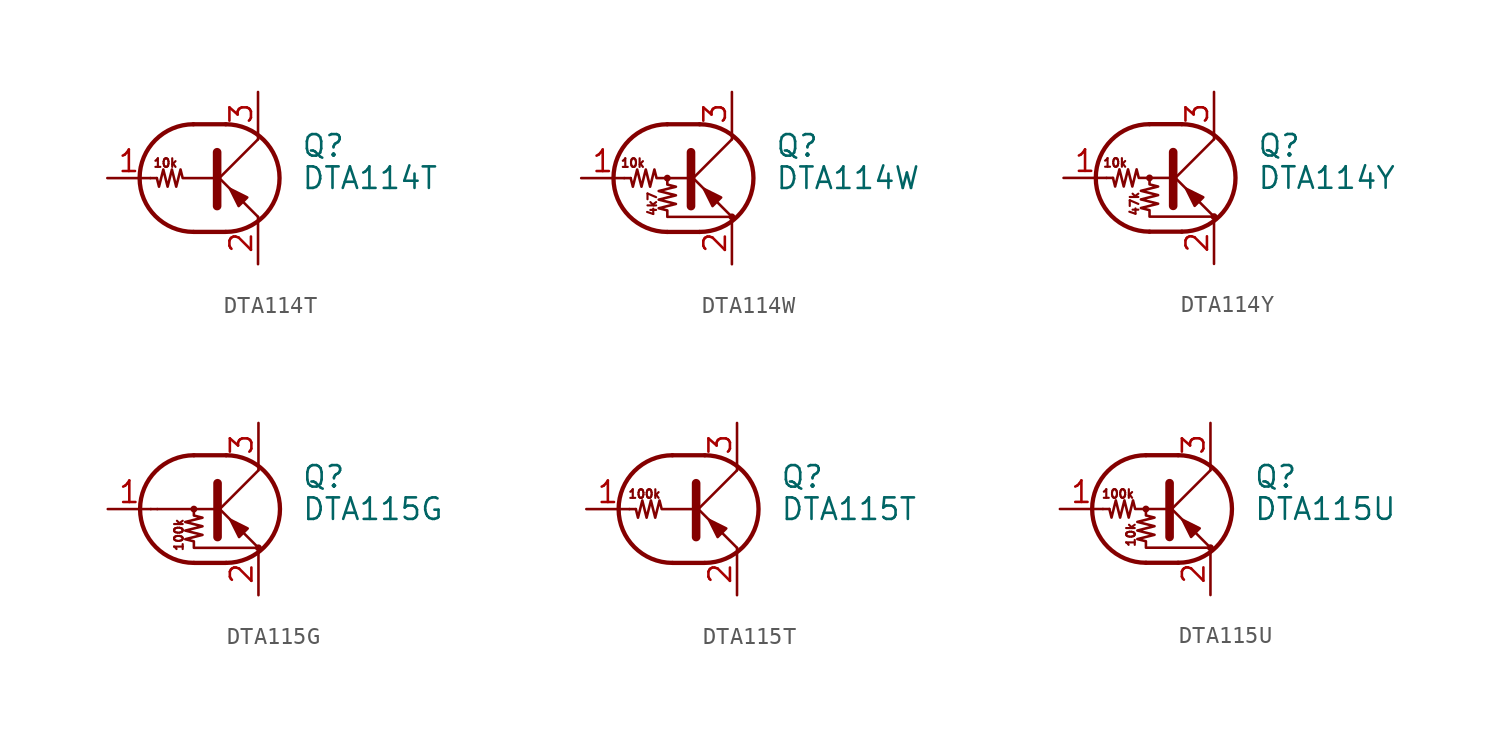
<source format=kicad_sym>
(kicad_symbol_lib
  (version 20201005)
  (generator kicad_symbol_editor)
  (symbol "DTA114T"
    (pin_names
      (offset 0) hide)
    (property "Reference" "Q"
      (at 5.08 1.905 0)
      (effects (font (size 1.27 1.27)) (justify left)))
    (property "Value" "DTA114T"
      (at 5.08 0 0)
      (effects (font (size 1.27 1.27)) (justify left)))
    (symbol "DTA114T_0_0"
      (text "10k" (at -2.921 0.889 0) (effects (font (size 0.508 0.508))))
      (polyline (pts (xy 2.54 -2.286) (xy 2.54 -2.54)) (stroke (width 0)) (fill (type none))))
    (symbol "DTA114T_0_1"
      (arc (start -1.27 3.175) (end -1.27 -3.175) (radius (at -1.27 0) (length 3.175) (angles 90.1 -90.1)) (stroke (width 0.254)) (fill (type none)))
      (arc (start 0.635 -3.175) (end 0.635 3.175) (radius (at 0.635 0) (length 3.175) (angles -89.9 89.9)) (stroke (width 0.254)) (fill (type none)))
      (polyline (pts (xy -3.429 0) (xy -3.81 0)) (stroke (width 0)) (fill (type none)))
      (polyline (pts (xy -1.27 -3.175) (xy 0.635 -3.175)) (stroke (width 0.254)) (fill (type none)))
      (polyline (pts (xy -1.27 3.175) (xy 0.635 3.175)) (stroke (width 0.254)) (fill (type none)))
      (polyline (pts (xy 0 -0.254) (xy 2.54 2.286)) (stroke (width 0)) (fill (type none)))
      (polyline (pts (xy 2.54 2.286) (xy 2.54 2.54)) (stroke (width 0)) (fill (type none)))
      (polyline (pts (xy 2.54 -2.286) (xy 0 0.254) (xy 0 0.254)) (stroke (width 0)) (fill (type none)))
      (polyline (pts (xy 0 0) (xy -1.905 0) (xy -2.032 0.508) (xy -2.286 -0.508) (xy -2.54 0.508) (xy -2.794 -0.508) (xy -3.048 0.508) (xy -3.302 -0.508) (xy -3.429 0)) (stroke (width 0)) (fill (type none)))
      (polyline (pts (xy 0.127 1.524) (xy 0.127 -1.651)) (stroke (width 0.508)) (fill (type outline)))
      (polyline (pts (xy 1.397 -1.651) (xy 1.905 -1.143) (xy 0.889 -0.635) (xy 1.397 -1.651)) (stroke (width 0)) (fill (type outline))))
    (symbol "DTA114T_1_1"
      (pin input line (at -6.35 0 0) (length 2.54) (name "B" (effects (font (size 1.27 1.27)))) (number "1" (effects (font (size 1.27 1.27)))))
      (pin passive line (at 2.54 -5.08 90) (length 2.54) (name "E" (effects (font (size 1.27 1.27)))) (number "2" (effects (font (size 1.27 1.27)))))
      (pin passive line (at 2.54 5.08 270) (length 2.54) (name "C" (effects (font (size 1.27 1.27)))) (number "3" (effects (font (size 1.27 1.27)))))))
  (symbol "DTA114W"
    (pin_names
      (offset 0) hide)
    (property "Reference" "Q"
      (at 5.08 1.905 0)
      (effects (font (size 1.27 1.27)) (justify left)))
    (property "Value" "DTA114W"
      (at 5.08 0 0)
      (effects (font (size 1.27 1.27)) (justify left)))
    (symbol "DTA114W_0_0"
      (text "10k" (at -3.302 0.889 0) (effects (font (size 0.508 0.508))))
      (text "4k7" (at -2.159 -1.524 900) (effects (font (size 0.508 0.508)))))
    (symbol "DTA114W_0_1"
      (arc (start -1.27 3.175) (end -1.27 -3.175) (radius (at -1.27 0) (length 3.175) (angles 90.1 -90.1)) (stroke (width 0.254)) (fill (type none)))
      (arc (start 0.635 -3.175) (end 0.635 3.175) (radius (at 0.635 0) (length 3.175) (angles -89.9 89.9)) (stroke (width 0.254)) (fill (type none)))
      (circle (center -1.27 0) (radius 0.127) (stroke (width 0)) (fill (type none)))
      (circle (center 2.54 -2.286) (radius 0.127) (stroke (width 0)) (fill (type none)))
      (polyline (pts (xy -3.429 0) (xy -3.81 0)) (stroke (width 0)) (fill (type none)))
      (polyline (pts (xy -1.27 -3.175) (xy 0.635 -3.175)) (stroke (width 0.254)) (fill (type none)))
      (polyline (pts (xy -1.27 3.175) (xy 0.635 3.175)) (stroke (width 0.254)) (fill (type none)))
      (polyline (pts (xy 0 -0.254) (xy 2.54 2.286)) (stroke (width 0)) (fill (type none)))
      (polyline (pts (xy 2.54 2.286) (xy 2.54 2.54)) (stroke (width 0)) (fill (type none)))
      (polyline (pts (xy 2.54 -2.286) (xy 0 0.254) (xy 0 0.254)) (stroke (width 0)) (fill (type none)))
      (polyline (pts (xy 0 0) (xy -1.905 0) (xy -2.032 0.508) (xy -2.286 -0.508) (xy -2.54 0.508) (xy -2.794 -0.508) (xy -3.048 0.508) (xy -3.302 -0.508) (xy -3.429 0)) (stroke (width 0)) (fill (type none)))
      (polyline (pts (xy -1.27 0) (xy -1.27 -0.381) (xy -0.762 -0.508) (xy -1.778 -0.762) (xy -0.762 -1.016) (xy -1.778 -1.27) (xy -0.762 -1.524) (xy -1.778 -1.778) (xy -1.27 -1.905) (xy -1.27 -2.286) (xy 2.54 -2.286)) (stroke (width 0)) (fill (type none)))
      (polyline (pts (xy 0.127 1.524) (xy 0.127 -1.651)) (stroke (width 0.508)) (fill (type outline)))
      (polyline (pts (xy 1.397 -1.651) (xy 1.905 -1.143) (xy 0.889 -0.635) (xy 1.397 -1.651)) (stroke (width 0)) (fill (type outline))))
    (symbol "DTA114W_1_1"
      (pin input line (at -6.35 0 0) (length 2.54) (name "B" (effects (font (size 1.27 1.27)))) (number "1" (effects (font (size 1.27 1.27)))))
      (pin passive line (at 2.54 -5.08 90) (length 2.54) (name "E" (effects (font (size 1.27 1.27)))) (number "2" (effects (font (size 1.27 1.27)))))
      (pin passive line (at 2.54 5.08 270) (length 2.54) (name "C" (effects (font (size 1.27 1.27)))) (number "3" (effects (font (size 1.27 1.27)))))))
  (symbol "DTA114Y"
    (pin_names
      (offset 0) hide)
    (property "Reference" "Q"
      (at 5.08 1.905 0)
      (effects (font (size 1.27 1.27)) (justify left)))
    (property "Value" "DTA114Y"
      (at 5.08 0 0)
      (effects (font (size 1.27 1.27)) (justify left)))
    (symbol "DTA114Y_0_0"
      (text "10k" (at -3.302 0.889 0) (effects (font (size 0.508 0.508))))
      (text "47k" (at -2.159 -1.524 900) (effects (font (size 0.508 0.508)))))
    (symbol "DTA114Y_0_1"
      (arc (start -1.27 3.175) (end -1.27 -3.175) (radius (at -1.27 0) (length 3.175) (angles 90.1 -90.1)) (stroke (width 0.254)) (fill (type none)))
      (arc (start 0.635 -3.175) (end 0.635 3.175) (radius (at 0.635 0) (length 3.175) (angles -89.9 89.9)) (stroke (width 0.254)) (fill (type none)))
      (circle (center -1.27 0) (radius 0.127) (stroke (width 0)) (fill (type none)))
      (circle (center 2.54 -2.286) (radius 0.127) (stroke (width 0)) (fill (type none)))
      (polyline (pts (xy -3.429 0) (xy -3.81 0)) (stroke (width 0)) (fill (type none)))
      (polyline (pts (xy -1.27 -3.175) (xy 0.635 -3.175)) (stroke (width 0.254)) (fill (type none)))
      (polyline (pts (xy -1.27 3.175) (xy 0.635 3.175)) (stroke (width 0.254)) (fill (type none)))
      (polyline (pts (xy 0 -0.254) (xy 2.54 2.286)) (stroke (width 0)) (fill (type none)))
      (polyline (pts (xy 2.54 2.286) (xy 2.54 2.54)) (stroke (width 0)) (fill (type none)))
      (polyline (pts (xy 2.54 -2.286) (xy 0 0.254) (xy 0 0.254)) (stroke (width 0)) (fill (type none)))
      (polyline (pts (xy 0 0) (xy -1.905 0) (xy -2.032 0.508) (xy -2.286 -0.508) (xy -2.54 0.508) (xy -2.794 -0.508) (xy -3.048 0.508) (xy -3.302 -0.508) (xy -3.429 0)) (stroke (width 0)) (fill (type none)))
      (polyline (pts (xy -1.27 0) (xy -1.27 -0.381) (xy -0.762 -0.508) (xy -1.778 -0.762) (xy -0.762 -1.016) (xy -1.778 -1.27) (xy -0.762 -1.524) (xy -1.778 -1.778) (xy -1.27 -1.905) (xy -1.27 -2.286) (xy 2.54 -2.286)) (stroke (width 0)) (fill (type none)))
      (polyline (pts (xy 0.127 1.524) (xy 0.127 -1.651)) (stroke (width 0.508)) (fill (type outline)))
      (polyline (pts (xy 1.397 -1.651) (xy 1.905 -1.143) (xy 0.889 -0.635) (xy 1.397 -1.651)) (stroke (width 0)) (fill (type outline))))
    (symbol "DTA114Y_1_1"
      (pin input line (at -6.35 0 0) (length 2.54) (name "B" (effects (font (size 1.27 1.27)))) (number "1" (effects (font (size 1.27 1.27)))))
      (pin passive line (at 2.54 -5.08 90) (length 2.54) (name "E" (effects (font (size 1.27 1.27)))) (number "2" (effects (font (size 1.27 1.27)))))
      (pin passive line (at 2.54 5.08 270) (length 2.54) (name "C" (effects (font (size 1.27 1.27)))) (number "3" (effects (font (size 1.27 1.27)))))))
  (symbol "DTA115G"
    (pin_names
      (offset 0) hide)
    (property "Reference" "Q"
      (at 5.08 1.905 0)
      (effects (font (size 1.27 1.27)) (justify left)))
    (property "Value" "DTA115G"
      (at 5.08 0 0)
      (effects (font (size 1.27 1.27)) (justify left)))
    (symbol "DTA115G_0_0"
      (text "100k" (at -2.159 -1.524 900) (effects (font (size 0.508 0.508))))
      (polyline (pts (xy -3.429 0) (xy 0 0)) (stroke (width 0)) (fill (type none))))
    (symbol "DTA115G_0_1"
      (arc (start -1.27 3.175) (end -1.27 -3.175) (radius (at -1.27 0) (length 3.175) (angles 90.1 -90.1)) (stroke (width 0.254)) (fill (type none)))
      (arc (start 0.635 -3.175) (end 0.635 3.175) (radius (at 0.635 0) (length 3.175) (angles -89.9 89.9)) (stroke (width 0.254)) (fill (type none)))
      (circle (center -1.27 0) (radius 0.127) (stroke (width 0)) (fill (type none)))
      (circle (center 2.54 -2.286) (radius 0.127) (stroke (width 0)) (fill (type none)))
      (polyline (pts (xy -3.429 0) (xy -3.81 0)) (stroke (width 0)) (fill (type none)))
      (polyline (pts (xy -1.27 -3.175) (xy 0.635 -3.175)) (stroke (width 0.254)) (fill (type none)))
      (polyline (pts (xy -1.27 3.175) (xy 0.635 3.175)) (stroke (width 0.254)) (fill (type none)))
      (polyline (pts (xy 0 -0.254) (xy 2.54 2.286)) (stroke (width 0)) (fill (type none)))
      (polyline (pts (xy 2.54 2.286) (xy 2.54 2.54)) (stroke (width 0)) (fill (type none)))
      (polyline (pts (xy 2.54 -2.286) (xy 0 0.254) (xy 0 0.254)) (stroke (width 0)) (fill (type none)))
      (polyline (pts (xy -1.27 0) (xy -1.27 -0.381) (xy -0.762 -0.508) (xy -1.778 -0.762) (xy -0.762 -1.016) (xy -1.778 -1.27) (xy -0.762 -1.524) (xy -1.778 -1.778) (xy -1.27 -1.905) (xy -1.27 -2.286) (xy 2.54 -2.286)) (stroke (width 0)) (fill (type none)))
      (polyline (pts (xy 0.127 1.524) (xy 0.127 -1.651)) (stroke (width 0.508)) (fill (type outline)))
      (polyline (pts (xy 1.397 -1.651) (xy 1.905 -1.143) (xy 0.889 -0.635) (xy 1.397 -1.651)) (stroke (width 0)) (fill (type outline))))
    (symbol "DTA115G_1_1"
      (pin input line (at -6.35 0 0) (length 2.54) (name "B" (effects (font (size 1.27 1.27)))) (number "1" (effects (font (size 1.27 1.27)))))
      (pin passive line (at 2.54 -5.08 90) (length 2.54) (name "E" (effects (font (size 1.27 1.27)))) (number "2" (effects (font (size 1.27 1.27)))))
      (pin passive line (at 2.54 5.08 270) (length 2.54) (name "C" (effects (font (size 1.27 1.27)))) (number "3" (effects (font (size 1.27 1.27)))))))
  (symbol "DTA115T"
    (pin_names
      (offset 0) hide)
    (property "Reference" "Q"
      (at 5.08 1.905 0)
      (effects (font (size 1.27 1.27)) (justify left)))
    (property "Value" "DTA115T"
      (at 5.08 0 0)
      (effects (font (size 1.27 1.27)) (justify left)))
    (symbol "DTA115T_0_0"
      (text "100k" (at -2.921 0.889 0) (effects (font (size 0.508 0.508))))
      (polyline (pts (xy 2.54 -2.286) (xy 2.54 -2.54)) (stroke (width 0)) (fill (type none))))
    (symbol "DTA115T_0_1"
      (arc (start -1.27 3.175) (end -1.27 -3.175) (radius (at -1.27 0) (length 3.175) (angles 90.1 -90.1)) (stroke (width 0.254)) (fill (type none)))
      (arc (start 0.635 -3.175) (end 0.635 3.175) (radius (at 0.635 0) (length 3.175) (angles -89.9 89.9)) (stroke (width 0.254)) (fill (type none)))
      (polyline (pts (xy -3.429 0) (xy -3.81 0)) (stroke (width 0)) (fill (type none)))
      (polyline (pts (xy -1.27 -3.175) (xy 0.635 -3.175)) (stroke (width 0.254)) (fill (type none)))
      (polyline (pts (xy -1.27 3.175) (xy 0.635 3.175)) (stroke (width 0.254)) (fill (type none)))
      (polyline (pts (xy 0 -0.254) (xy 2.54 2.286)) (stroke (width 0)) (fill (type none)))
      (polyline (pts (xy 2.54 2.286) (xy 2.54 2.54)) (stroke (width 0)) (fill (type none)))
      (polyline (pts (xy 2.54 -2.286) (xy 0 0.254) (xy 0 0.254)) (stroke (width 0)) (fill (type none)))
      (polyline (pts (xy 0 0) (xy -1.905 0) (xy -2.032 0.508) (xy -2.286 -0.508) (xy -2.54 0.508) (xy -2.794 -0.508) (xy -3.048 0.508) (xy -3.302 -0.508) (xy -3.429 0)) (stroke (width 0)) (fill (type none)))
      (polyline (pts (xy 0.127 1.524) (xy 0.127 -1.651)) (stroke (width 0.508)) (fill (type outline)))
      (polyline (pts (xy 1.397 -1.651) (xy 1.905 -1.143) (xy 0.889 -0.635) (xy 1.397 -1.651)) (stroke (width 0)) (fill (type outline))))
    (symbol "DTA115T_1_1"
      (pin input line (at -6.35 0 0) (length 2.54) (name "B" (effects (font (size 1.27 1.27)))) (number "1" (effects (font (size 1.27 1.27)))))
      (pin passive line (at 2.54 -5.08 90) (length 2.54) (name "E" (effects (font (size 1.27 1.27)))) (number "2" (effects (font (size 1.27 1.27)))))
      (pin passive line (at 2.54 5.08 270) (length 2.54) (name "C" (effects (font (size 1.27 1.27)))) (number "3" (effects (font (size 1.27 1.27)))))))
  (symbol "DTA115U"
    (pin_names
      (offset 0) hide)
    (property "Reference" "Q"
      (at 5.08 1.905 0)
      (effects (font (size 1.27 1.27)) (justify left)))
    (property "Value" "DTA115U"
      (at 5.08 0 0)
      (effects (font (size 1.27 1.27)) (justify left)))
    (symbol "DTA115U_0_0"
      (text "100k" (at -2.921 0.889 0) (effects (font (size 0.508 0.508))))
      (text "10k" (at -2.159 -1.524 900) (effects (font (size 0.508 0.508)))))
    (symbol "DTA115U_0_1"
      (arc (start -1.27 3.175) (end -1.27 -3.175) (radius (at -1.27 0) (length 3.175) (angles 90.1 -90.1)) (stroke (width 0.254)) (fill (type none)))
      (arc (start 0.635 -3.175) (end 0.635 3.175) (radius (at 0.635 0) (length 3.175) (angles -89.9 89.9)) (stroke (width 0.254)) (fill (type none)))
      (circle (center -1.27 0) (radius 0.127) (stroke (width 0)) (fill (type none)))
      (circle (center 2.54 -2.286) (radius 0.127) (stroke (width 0)) (fill (type none)))
      (polyline (pts (xy -3.429 0) (xy -3.81 0)) (stroke (width 0)) (fill (type none)))
      (polyline (pts (xy -1.27 -3.175) (xy 0.635 -3.175)) (stroke (width 0.254)) (fill (type none)))
      (polyline (pts (xy -1.27 3.175) (xy 0.635 3.175)) (stroke (width 0.254)) (fill (type none)))
      (polyline (pts (xy 0 -0.254) (xy 2.54 2.286)) (stroke (width 0)) (fill (type none)))
      (polyline (pts (xy 2.54 2.286) (xy 2.54 2.54)) (stroke (width 0)) (fill (type none)))
      (polyline (pts (xy 2.54 -2.286) (xy 0 0.254) (xy 0 0.254)) (stroke (width 0)) (fill (type none)))
      (polyline (pts (xy 0 0) (xy -1.905 0) (xy -2.032 0.508) (xy -2.286 -0.508) (xy -2.54 0.508) (xy -2.794 -0.508) (xy -3.048 0.508) (xy -3.302 -0.508) (xy -3.429 0)) (stroke (width 0)) (fill (type none)))
      (polyline (pts (xy -1.27 0) (xy -1.27 -0.381) (xy -0.762 -0.508) (xy -1.778 -0.762) (xy -0.762 -1.016) (xy -1.778 -1.27) (xy -0.762 -1.524) (xy -1.778 -1.778) (xy -1.27 -1.905) (xy -1.27 -2.286) (xy 2.54 -2.286)) (stroke (width 0)) (fill (type none)))
      (polyline (pts (xy 0.127 1.524) (xy 0.127 -1.651)) (stroke (width 0.508)) (fill (type outline)))
      (polyline (pts (xy 1.397 -1.651) (xy 1.905 -1.143) (xy 0.889 -0.635) (xy 1.397 -1.651)) (stroke (width 0)) (fill (type outline))))
    (symbol "DTA115U_1_1"
      (pin input line (at -6.35 0 0) (length 2.54) (name "B" (effects (font (size 1.27 1.27)))) (number "1" (effects (font (size 1.27 1.27)))))
      (pin passive line (at 2.54 -5.08 90) (length 2.54) (name "E" (effects (font (size 1.27 1.27)))) (number "2" (effects (font (size 1.27 1.27)))))
      (pin passive line (at 2.54 5.08 270) (length 2.54) (name "C" (effects (font (size 1.27 1.27)))) (number "3" (effects (font (size 1.27 1.27))))))))
</source>
